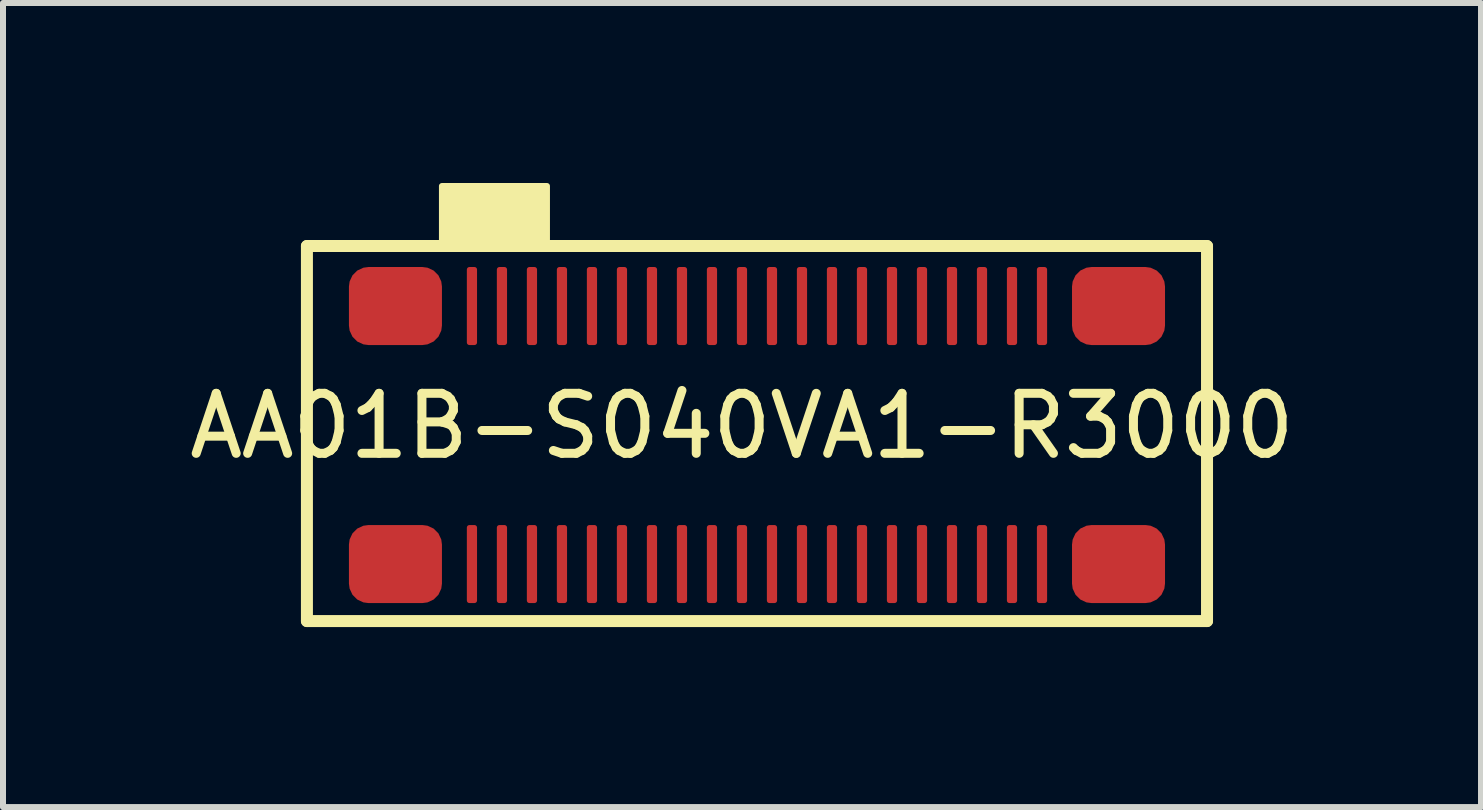
<source format=kicad_pcb>
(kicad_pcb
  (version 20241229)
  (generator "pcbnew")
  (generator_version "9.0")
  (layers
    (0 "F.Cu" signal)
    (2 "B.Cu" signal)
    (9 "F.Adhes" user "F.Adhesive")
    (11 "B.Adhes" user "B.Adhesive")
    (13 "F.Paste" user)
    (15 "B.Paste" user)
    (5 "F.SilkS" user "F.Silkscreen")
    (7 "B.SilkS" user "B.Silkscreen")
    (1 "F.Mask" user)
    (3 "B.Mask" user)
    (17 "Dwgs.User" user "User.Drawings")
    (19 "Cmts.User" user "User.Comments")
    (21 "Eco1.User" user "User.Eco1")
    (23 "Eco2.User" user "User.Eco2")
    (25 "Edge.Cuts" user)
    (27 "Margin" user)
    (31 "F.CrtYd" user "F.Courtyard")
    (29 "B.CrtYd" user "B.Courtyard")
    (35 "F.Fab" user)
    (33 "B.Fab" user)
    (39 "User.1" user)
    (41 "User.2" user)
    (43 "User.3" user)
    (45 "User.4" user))
  (footprint "AA01B-S040VA1-R3000"
    (layer "F.Cu")
    (at 9.565 4.3)
    (property "Reference" "AA01B-S040VA1-R3000" (at -0.25 -0.25 0) (layer "F.SilkS") (effects (font (size 1 1) (thickness 0.15))))
    (attr through_hole)
    (fp_line (start -7.5 -3.25) (end 7.5 -3.25) (stroke (width 0.2) (type solid)) (layer "F.SilkS"))
    (fp_line (start -7.5 3) (end -7.5 -3.25) (stroke (width 0.2) (type solid)) (layer "F.SilkS"))
    (fp_line (start 7.5 -3.25) (end 7.5 3) (stroke (width 0.2) (type solid)) (layer "F.SilkS"))
    (fp_line (start 7.5 3) (end -7.5 3) (stroke (width 0.2) (type solid)) (layer "F.SilkS"))
    (fp_poly (pts (xy -5.25 -3.25) (xy -5.25 -4.25) (xy -3.5 -4.25) (xy -3.5 -3.25)) (stroke (width 0.1) (type solid)) (fill yes) (layer "F.SilkS"))
    (pad "1" smd roundrect (at -4.75 -2.25) (size 0.17 1.3) (layers "F.Cu" "F.Mask" "F.Paste") (roundrect_rratio 0.25))
    (pad "2" smd roundrect (at -4.75 2.05) (size 0.17 1.3) (layers "F.Cu" "F.Mask" "F.Paste") (roundrect_rratio 0.25))
    (pad "3" smd roundrect (at -4.25 -2.25) (size 0.17 1.3) (layers "F.Cu" "F.Mask" "F.Paste") (roundrect_rratio 0.25))
    (pad "4" smd roundrect (at -4.25 2.05) (size 0.17 1.3) (layers "F.Cu" "F.Mask" "F.Paste") (roundrect_rratio 0.25))
    (pad "5" smd roundrect (at -3.75 -2.25) (size 0.17 1.3) (layers "F.Cu" "F.Mask" "F.Paste") (roundrect_rratio 0.25))
    (pad "6" smd roundrect (at -3.75 2.05) (size 0.17 1.3) (layers "F.Cu" "F.Mask" "F.Paste") (roundrect_rratio 0.25))
    (pad "7" smd roundrect (at -3.25 -2.25) (size 0.17 1.3) (layers "F.Cu" "F.Mask" "F.Paste") (roundrect_rratio 0.25))
    (pad "8" smd roundrect (at -3.25 2.05) (size 0.17 1.3) (layers "F.Cu" "F.Mask" "F.Paste") (roundrect_rratio 0.25))
    (pad "9" smd roundrect (at -2.75 -2.25) (size 0.17 1.3) (layers "F.Cu" "F.Mask" "F.Paste") (roundrect_rratio 0.25))
    (pad "10" smd roundrect (at -2.75 2.05) (size 0.17 1.3) (layers "F.Cu" "F.Mask" "F.Paste") (roundrect_rratio 0.25))
    (pad "11" smd roundrect (at -2.25 -2.25) (size 0.17 1.3) (layers "F.Cu" "F.Mask" "F.Paste") (roundrect_rratio 0.25))
    (pad "12" smd roundrect (at -2.25 2.05) (size 0.17 1.3) (layers "F.Cu" "F.Mask" "F.Paste") (roundrect_rratio 0.25))
    (pad "13" smd roundrect (at -1.75 -2.25) (size 0.17 1.3) (layers "F.Cu" "F.Mask" "F.Paste") (roundrect_rratio 0.25))
    (pad "14" smd roundrect (at -1.75 2.05) (size 0.17 1.3) (layers "F.Cu" "F.Mask" "F.Paste") (roundrect_rratio 0.25))
    (pad "15" smd roundrect (at -1.25 -2.25) (size 0.17 1.3) (layers "F.Cu" "F.Mask" "F.Paste") (roundrect_rratio 0.25))
    (pad "16" smd roundrect (at -1.25 2.05) (size 0.17 1.3) (layers "F.Cu" "F.Mask" "F.Paste") (roundrect_rratio 0.25))
    (pad "17" smd roundrect (at -0.75 -2.25) (size 0.17 1.3) (layers "F.Cu" "F.Mask" "F.Paste") (roundrect_rratio 0.25))
    (pad "18" smd roundrect (at -0.75 2.05) (size 0.17 1.3) (layers "F.Cu" "F.Mask" "F.Paste") (roundrect_rratio 0.25))
    (pad "19" smd roundrect (at -0.25 -2.25) (size 0.17 1.3) (layers "F.Cu" "F.Mask" "F.Paste") (roundrect_rratio 0.25))
    (pad "20" smd roundrect (at -0.25 2.05) (size 0.17 1.3) (layers "F.Cu" "F.Mask" "F.Paste") (roundrect_rratio 0.25))
    (pad "21" smd roundrect (at 0.25 -2.25) (size 0.17 1.3) (layers "F.Cu" "F.Mask" "F.Paste") (roundrect_rratio 0.25))
    (pad "22" smd roundrect (at 0.25 2.05) (size 0.17 1.3) (layers "F.Cu" "F.Mask" "F.Paste") (roundrect_rratio 0.25))
    (pad "23" smd roundrect (at 0.75 -2.25) (size 0.17 1.3) (layers "F.Cu" "F.Mask" "F.Paste") (roundrect_rratio 0.25))
    (pad "24" smd roundrect (at 0.75 2.05) (size 0.17 1.3) (layers "F.Cu" "F.Mask" "F.Paste") (roundrect_rratio 0.25))
    (pad "25" smd roundrect (at 1.25 -2.25) (size 0.17 1.3) (layers "F.Cu" "F.Mask" "F.Paste") (roundrect_rratio 0.25))
    (pad "26" smd roundrect (at 1.25 2.05) (size 0.17 1.3) (layers "F.Cu" "F.Mask" "F.Paste") (roundrect_rratio 0.25))
    (pad "27" smd roundrect (at 1.75 -2.25) (size 0.17 1.3) (layers "F.Cu" "F.Mask" "F.Paste") (roundrect_rratio 0.25))
    (pad "28" smd roundrect (at 1.75 2.05) (size 0.17 1.3) (layers "F.Cu" "F.Mask" "F.Paste") (roundrect_rratio 0.25))
    (pad "29" smd roundrect (at 2.25 -2.25) (size 0.17 1.3) (layers "F.Cu" "F.Mask" "F.Paste") (roundrect_rratio 0.25))
    (pad "30" smd roundrect (at 2.25 2.05) (size 0.17 1.3) (layers "F.Cu" "F.Mask" "F.Paste") (roundrect_rratio 0.25))
    (pad "31" smd roundrect (at 2.75 -2.25) (size 0.17 1.3) (layers "F.Cu" "F.Mask" "F.Paste") (roundrect_rratio 0.25))
    (pad "32" smd roundrect (at 2.75 2.05) (size 0.17 1.3) (layers "F.Cu" "F.Mask" "F.Paste") (roundrect_rratio 0.25))
    (pad "33" smd roundrect (at 3.25 -2.25) (size 0.17 1.3) (layers "F.Cu" "F.Mask" "F.Paste") (roundrect_rratio 0.25))
    (pad "34" smd roundrect (at 3.25 2.05) (size 0.17 1.3) (layers "F.Cu" "F.Mask" "F.Paste") (roundrect_rratio 0.25))
    (pad "35" smd roundrect (at 3.75 -2.25) (size 0.17 1.3) (layers "F.Cu" "F.Mask" "F.Paste") (roundrect_rratio 0.25))
    (pad "36" smd roundrect (at 3.75 2.05) (size 0.17 1.3) (layers "F.Cu" "F.Mask" "F.Paste") (roundrect_rratio 0.25))
    (pad "37" smd roundrect (at 4.25 -2.25) (size 0.17 1.3) (layers "F.Cu" "F.Mask" "F.Paste") (roundrect_rratio 0.25))
    (pad "38" smd roundrect (at 4.25 2.05) (size 0.17 1.3) (layers "F.Cu" "F.Mask" "F.Paste") (roundrect_rratio 0.25))
    (pad "39" smd roundrect (at 4.75 -2.25) (size 0.17 1.3) (layers "F.Cu" "F.Mask" "F.Paste") (roundrect_rratio 0.25))
    (pad "40" smd roundrect (at 4.75 2.05) (size 0.17 1.3) (layers "F.Cu" "F.Mask" "F.Paste") (roundrect_rratio 0.25))
    (pad "41" smd roundrect (at -6.025 -2.25) (size 1.55 1.3) (layers "F.Cu" "F.Mask" "F.Paste") (roundrect_rratio 0.25))
    (pad "42" smd roundrect (at -6.025 2.05) (size 1.55 1.3) (layers "F.Cu" "F.Mask" "F.Paste") (roundrect_rratio 0.25))
    (pad "43" smd roundrect (at 6.025 -2.25) (size 1.55 1.3) (layers "F.Cu" "F.Mask" "F.Paste") (roundrect_rratio 0.25))
    (pad "44" smd roundrect (at 6.025 2.05) (size 1.55 1.3) (layers "F.Cu" "F.Mask" "F.Paste") (roundrect_rratio 0.25)))
  (gr_rect
    (start -3 -3)
    (end 21.631 10.4)
    (stroke (width 0.1) (type default))
    (fill no)
    (layer "Edge.Cuts")))
</source>
